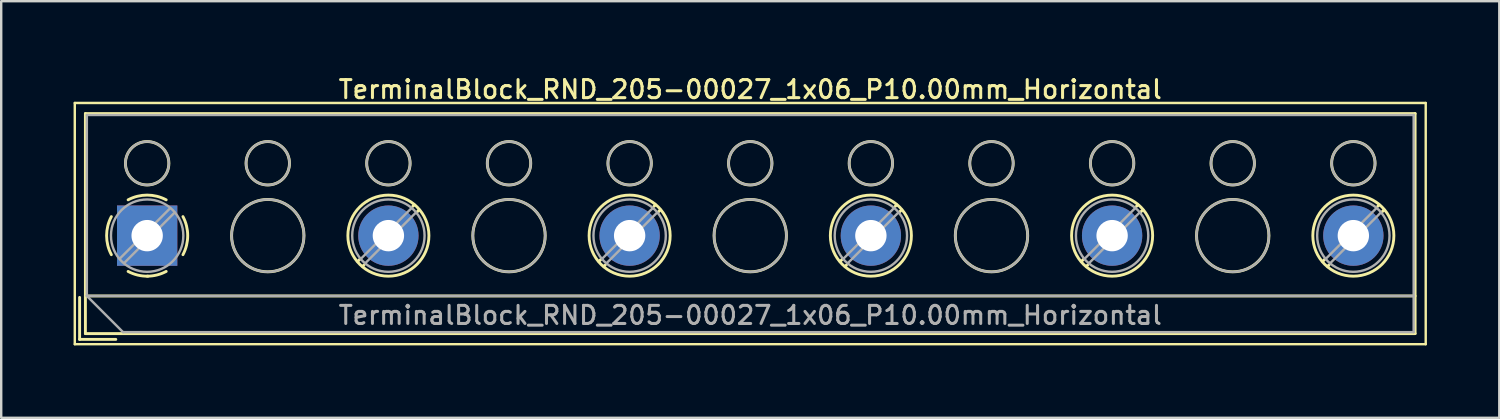
<source format=kicad_pcb>
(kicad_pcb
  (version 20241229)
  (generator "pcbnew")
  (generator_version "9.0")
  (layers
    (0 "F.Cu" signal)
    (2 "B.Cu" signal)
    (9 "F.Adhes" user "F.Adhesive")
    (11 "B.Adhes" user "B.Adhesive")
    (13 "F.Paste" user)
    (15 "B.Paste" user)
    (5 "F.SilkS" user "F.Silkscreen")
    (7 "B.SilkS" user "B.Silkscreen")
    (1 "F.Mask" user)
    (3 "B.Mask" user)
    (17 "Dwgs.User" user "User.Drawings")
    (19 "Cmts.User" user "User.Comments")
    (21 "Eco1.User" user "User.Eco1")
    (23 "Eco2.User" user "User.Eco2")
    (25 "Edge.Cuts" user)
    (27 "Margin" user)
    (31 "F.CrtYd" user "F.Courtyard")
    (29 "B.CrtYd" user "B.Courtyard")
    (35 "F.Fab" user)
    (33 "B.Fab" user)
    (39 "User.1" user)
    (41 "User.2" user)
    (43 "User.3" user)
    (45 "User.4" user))
  (footprint "TerminalBlock_RND_205-00027_1x06_P10.00mm_Horizontal"
    (layer "F.Cu")
    (at 3.05 6.718)
    (property "Reference" "TerminalBlock_RND_205-00027_1x06_P10.00mm_Horizontal" (at 25 -6.06 0) (layer "F.SilkS") (effects (font (size 0.75 0.75) (thickness 0.125))))
    (attr through_hole)
    (fp_line (start -3 -5.5) (end -3 4.5) (stroke (width 0.1) (type solid)) (layer "F.SilkS"))
    (fp_line (start -3 4.5) (end 53 4.5) (stroke (width 0.1) (type solid)) (layer "F.SilkS"))
    (fp_line (start -2.8 2.56) (end -2.8 4.3) (stroke (width 0.12) (type solid)) (layer "F.SilkS"))
    (fp_line (start -2.8 4.3) (end -1.3 4.3) (stroke (width 0.12) (type solid)) (layer "F.SilkS"))
    (fp_line (start -2.56 -5.06) (end -2.56 4.06) (stroke (width 0.12) (type solid)) (layer "F.SilkS"))
    (fp_line (start -2.56 -5.06) (end 52.56 -5.06) (stroke (width 0.12) (type solid)) (layer "F.SilkS"))
    (fp_line (start -2.56 2.5) (end 52.56 2.5) (stroke (width 0.12) (type solid)) (layer "F.SilkS"))
    (fp_line (start -2.56 4.06) (end 52.56 4.06) (stroke (width 0.12) (type solid)) (layer "F.SilkS"))
    (fp_line (start 8.82 0.976) (end 8.726 1.069) (stroke (width 0.12) (type solid)) (layer "F.SilkS"))
    (fp_line (start 8.99 1.216) (end 8.931 1.274) (stroke (width 0.12) (type solid)) (layer "F.SilkS"))
    (fp_line (start 11.07 -1.275) (end 11.011 -1.216) (stroke (width 0.12) (type solid)) (layer "F.SilkS"))
    (fp_line (start 11.275 -1.069) (end 11.181 -0.976) (stroke (width 0.12) (type solid)) (layer "F.SilkS"))
    (fp_line (start 18.82 0.976) (end 18.726 1.069) (stroke (width 0.12) (type solid)) (layer "F.SilkS"))
    (fp_line (start 18.99 1.216) (end 18.931 1.274) (stroke (width 0.12) (type solid)) (layer "F.SilkS"))
    (fp_line (start 21.07 -1.275) (end 21.011 -1.216) (stroke (width 0.12) (type solid)) (layer "F.SilkS"))
    (fp_line (start 21.275 -1.069) (end 21.181 -0.976) (stroke (width 0.12) (type solid)) (layer "F.SilkS"))
    (fp_line (start 28.82 0.976) (end 28.726 1.069) (stroke (width 0.12) (type solid)) (layer "F.SilkS"))
    (fp_line (start 28.99 1.216) (end 28.931 1.274) (stroke (width 0.12) (type solid)) (layer "F.SilkS"))
    (fp_line (start 31.07 -1.275) (end 31.011 -1.216) (stroke (width 0.12) (type solid)) (layer "F.SilkS"))
    (fp_line (start 31.275 -1.069) (end 31.181 -0.976) (stroke (width 0.12) (type solid)) (layer "F.SilkS"))
    (fp_line (start 38.82 0.976) (end 38.726 1.069) (stroke (width 0.12) (type solid)) (layer "F.SilkS"))
    (fp_line (start 38.99 1.216) (end 38.931 1.274) (stroke (width 0.12) (type solid)) (layer "F.SilkS"))
    (fp_line (start 41.07 -1.275) (end 41.011 -1.216) (stroke (width 0.12) (type solid)) (layer "F.SilkS"))
    (fp_line (start 41.275 -1.069) (end 41.181 -0.976) (stroke (width 0.12) (type solid)) (layer "F.SilkS"))
    (fp_line (start 48.82 0.976) (end 48.726 1.069) (stroke (width 0.12) (type solid)) (layer "F.SilkS"))
    (fp_line (start 48.99 1.216) (end 48.931 1.274) (stroke (width 0.12) (type solid)) (layer "F.SilkS"))
    (fp_line (start 51.07 -1.275) (end 51.011 -1.216) (stroke (width 0.12) (type solid)) (layer "F.SilkS"))
    (fp_line (start 51.275 -1.069) (end 51.181 -0.976) (stroke (width 0.12) (type solid)) (layer "F.SilkS"))
    (fp_line (start 52.56 -5.06) (end 52.56 4.06) (stroke (width 0.12) (type solid)) (layer "F.SilkS"))
    (fp_line (start 53 -5.5) (end -3 -5.5) (stroke (width 0.1) (type solid)) (layer "F.SilkS"))
    (fp_line (start 53 4.5) (end 53 -5.5) (stroke (width 0.1) (type solid)) (layer "F.SilkS"))
    (fp_arc (start -1.483953 0.789089) (mid -1.680708 0.00005) (end -1.484 -0.789) (stroke (width 0.12) (type solid)) (layer "F.SilkS"))
    (fp_arc (start -0.789089 -1.483953) (mid -0.00005 -1.680708) (end 0.789 -1.484) (stroke (width 0.12) (type solid)) (layer "F.SilkS"))
    (fp_arc (start 0.029383 1.68045) (mid -0.392304 1.634281) (end -0.789 1.484) (stroke (width 0.12) (type solid)) (layer "F.SilkS"))
    (fp_arc (start 0.788712 1.483352) (mid 0.406429 1.630097) (end 0 1.68) (stroke (width 0.12) (type solid)) (layer "F.SilkS"))
    (fp_arc (start 1.483953 -0.789089) (mid 1.680708 -0.00005) (end 1.484 0.789) (stroke (width 0.12) (type solid)) (layer "F.SilkS"))
    (fp_circle (center 0 -3) (end 0.9 -3) (stroke (width 0.12) (type solid)) (fill no) (layer "F.SilkS"))
    (fp_circle (center 5 -3) (end 5.9 -3) (stroke (width 0.12) (type solid)) (fill no) (layer "F.SilkS"))
    (fp_circle (center 5 0) (end 6.5 0) (stroke (width 0.12) (type solid)) (fill no) (layer "F.SilkS"))
    (fp_circle (center 10 -3) (end 10.9 -3) (stroke (width 0.12) (type solid)) (fill no) (layer "F.SilkS"))
    (fp_circle (center 10 0) (end 11.68 0) (stroke (width 0.12) (type solid)) (fill no) (layer "F.SilkS"))
    (fp_circle (center 15 -3) (end 15.9 -3) (stroke (width 0.12) (type solid)) (fill no) (layer "F.SilkS"))
    (fp_circle (center 15 0) (end 16.5 0) (stroke (width 0.12) (type solid)) (fill no) (layer "F.SilkS"))
    (fp_circle (center 20 -3) (end 20.9 -3) (stroke (width 0.12) (type solid)) (fill no) (layer "F.SilkS"))
    (fp_circle (center 20 0) (end 21.68 0) (stroke (width 0.12) (type solid)) (fill no) (layer "F.SilkS"))
    (fp_circle (center 25 -3) (end 25.9 -3) (stroke (width 0.12) (type solid)) (fill no) (layer "F.SilkS"))
    (fp_circle (center 25 0) (end 26.5 0) (stroke (width 0.12) (type solid)) (fill no) (layer "F.SilkS"))
    (fp_circle (center 30 -3) (end 30.9 -3) (stroke (width 0.12) (type solid)) (fill no) (layer "F.SilkS"))
    (fp_circle (center 30 0) (end 31.68 0) (stroke (width 0.12) (type solid)) (fill no) (layer "F.SilkS"))
    (fp_circle (center 35 -3) (end 35.9 -3) (stroke (width 0.12) (type solid)) (fill no) (layer "F.SilkS"))
    (fp_circle (center 35 0) (end 36.5 0) (stroke (width 0.12) (type solid)) (fill no) (layer "F.SilkS"))
    (fp_circle (center 40 -3) (end 40.9 -3) (stroke (width 0.12) (type solid)) (fill no) (layer "F.SilkS"))
    (fp_circle (center 40 0) (end 41.68 0) (stroke (width 0.12) (type solid)) (fill no) (layer "F.SilkS"))
    (fp_circle (center 45 -3) (end 45.9 -3) (stroke (width 0.12) (type solid)) (fill no) (layer "F.SilkS"))
    (fp_circle (center 45 0) (end 46.5 0) (stroke (width 0.12) (type solid)) (fill no) (layer "F.SilkS"))
    (fp_circle (center 50 -3) (end 50.9 -3) (stroke (width 0.12) (type solid)) (fill no) (layer "F.SilkS"))
    (fp_circle (center 50 0) (end 51.68 0) (stroke (width 0.12) (type solid)) (fill no) (layer "F.SilkS"))
    (fp_line (start -2.5 -5) (end 52.5 -5) (stroke (width 0.1) (type solid)) (layer "F.Fab"))
    (fp_line (start -2.5 2.5) (end -2.5 -5) (stroke (width 0.1) (type solid)) (layer "F.Fab"))
    (fp_line (start -2.5 2.5) (end 52.5 2.5) (stroke (width 0.1) (type solid)) (layer "F.Fab"))
    (fp_line (start -1 4) (end -2.5 2.5) (stroke (width 0.1) (type solid)) (layer "F.Fab"))
    (fp_line (start 0.955 -1.138) (end -1.138 0.955) (stroke (width 0.1) (type solid)) (layer "F.Fab"))
    (fp_line (start 1.138 -0.955) (end -0.955 1.138) (stroke (width 0.1) (type solid)) (layer "F.Fab"))
    (fp_line (start 10.955 -1.138) (end 8.863 0.955) (stroke (width 0.1) (type solid)) (layer "F.Fab"))
    (fp_line (start 11.138 -0.955) (end 9.046 1.138) (stroke (width 0.1) (type solid)) (layer "F.Fab"))
    (fp_line (start 20.955 -1.138) (end 18.863 0.955) (stroke (width 0.1) (type solid)) (layer "F.Fab"))
    (fp_line (start 21.138 -0.955) (end 19.046 1.138) (stroke (width 0.1) (type solid)) (layer "F.Fab"))
    (fp_line (start 30.955 -1.138) (end 28.863 0.955) (stroke (width 0.1) (type solid)) (layer "F.Fab"))
    (fp_line (start 31.138 -0.955) (end 29.046 1.138) (stroke (width 0.1) (type solid)) (layer "F.Fab"))
    (fp_line (start 40.955 -1.138) (end 38.863 0.955) (stroke (width 0.1) (type solid)) (layer "F.Fab"))
    (fp_line (start 41.138 -0.955) (end 39.046 1.138) (stroke (width 0.1) (type solid)) (layer "F.Fab"))
    (fp_line (start 50.955 -1.138) (end 48.863 0.955) (stroke (width 0.1) (type solid)) (layer "F.Fab"))
    (fp_line (start 51.138 -0.955) (end 49.046 1.138) (stroke (width 0.1) (type solid)) (layer "F.Fab"))
    (fp_line (start 52.5 -5) (end 52.5 4) (stroke (width 0.1) (type solid)) (layer "F.Fab"))
    (fp_line (start 52.5 4) (end -1 4) (stroke (width 0.1) (type solid)) (layer "F.Fab"))
    (fp_circle (center 0 -3) (end 0.9 -3) (stroke (width 0.1) (type solid)) (fill no) (layer "F.Fab"))
    (fp_circle (center 0 0) (end 1.5 0) (stroke (width 0.1) (type solid)) (fill no) (layer "F.Fab"))
    (fp_circle (center 5 -3) (end 5.9 -3) (stroke (width 0.1) (type solid)) (fill no) (layer "F.Fab"))
    (fp_circle (center 5 0) (end 6.5 0) (stroke (width 0.1) (type solid)) (fill no) (layer "F.Fab"))
    (fp_circle (center 10 -3) (end 10.9 -3) (stroke (width 0.1) (type solid)) (fill no) (layer "F.Fab"))
    (fp_circle (center 10 0) (end 11.5 0) (stroke (width 0.1) (type solid)) (fill no) (layer "F.Fab"))
    (fp_circle (center 15 -3) (end 15.9 -3) (stroke (width 0.1) (type solid)) (fill no) (layer "F.Fab"))
    (fp_circle (center 15 0) (end 16.5 0) (stroke (width 0.1) (type solid)) (fill no) (layer "F.Fab"))
    (fp_circle (center 20 -3) (end 20.9 -3) (stroke (width 0.1) (type solid)) (fill no) (layer "F.Fab"))
    (fp_circle (center 20 0) (end 21.5 0) (stroke (width 0.1) (type solid)) (fill no) (layer "F.Fab"))
    (fp_circle (center 25 -3) (end 25.9 -3) (stroke (width 0.1) (type solid)) (fill no) (layer "F.Fab"))
    (fp_circle (center 25 0) (end 26.5 0) (stroke (width 0.1) (type solid)) (fill no) (layer "F.Fab"))
    (fp_circle (center 30 -3) (end 30.9 -3) (stroke (width 0.1) (type solid)) (fill no) (layer "F.Fab"))
    (fp_circle (center 30 0) (end 31.5 0) (stroke (width 0.1) (type solid)) (fill no) (layer "F.Fab"))
    (fp_circle (center 35 -3) (end 35.9 -3) (stroke (width 0.1) (type solid)) (fill no) (layer "F.Fab"))
    (fp_circle (center 35 0) (end 36.5 0) (stroke (width 0.1) (type solid)) (fill no) (layer "F.Fab"))
    (fp_circle (center 40 -3) (end 40.9 -3) (stroke (width 0.1) (type solid)) (fill no) (layer "F.Fab"))
    (fp_circle (center 40 0) (end 41.5 0) (stroke (width 0.1) (type solid)) (fill no) (layer "F.Fab"))
    (fp_circle (center 45 -3) (end 45.9 -3) (stroke (width 0.1) (type solid)) (fill no) (layer "F.Fab"))
    (fp_circle (center 45 0) (end 46.5 0) (stroke (width 0.1) (type solid)) (fill no) (layer "F.Fab"))
    (fp_circle (center 50 -3) (end 50.9 -3) (stroke (width 0.1) (type solid)) (fill no) (layer "F.Fab"))
    (fp_circle (center 50 0) (end 51.5 0) (stroke (width 0.1) (type solid)) (fill no) (layer "F.Fab"))
    (fp_text user "${REFERENCE}" (at 25 3.3 0) (layer "F.Fab") (effects (font (size 0.75 0.75) (thickness 0.125))))
    (pad "1" thru_hole rect (at 0 0) (size 2.5 2.5) (drill 1.3) (layers "*.Cu" "*.Mask"))
    (pad "2" thru_hole circle (at 10 0) (size 2.5 2.5) (drill 1.3) (layers "*.Cu" "*.Mask"))
    (pad "3" thru_hole circle (at 20 0) (size 2.5 2.5) (drill 1.3) (layers "*.Cu" "*.Mask"))
    (pad "4" thru_hole circle (at 30 0) (size 2.5 2.5) (drill 1.3) (layers "*.Cu" "*.Mask"))
    (pad "5" thru_hole circle (at 40 0) (size 2.5 2.5) (drill 1.3) (layers "*.Cu" "*.Mask"))
    (pad "6" thru_hole circle (at 50 0) (size 2.5 2.5) (drill 1.3) (layers "*.Cu" "*.Mask")))
  (gr_rect
    (start -3 -3)
    (end 59.1 14.268)
    (stroke (width 0.1) (type default))
    (fill no)
    (layer "Edge.Cuts")))
</source>
